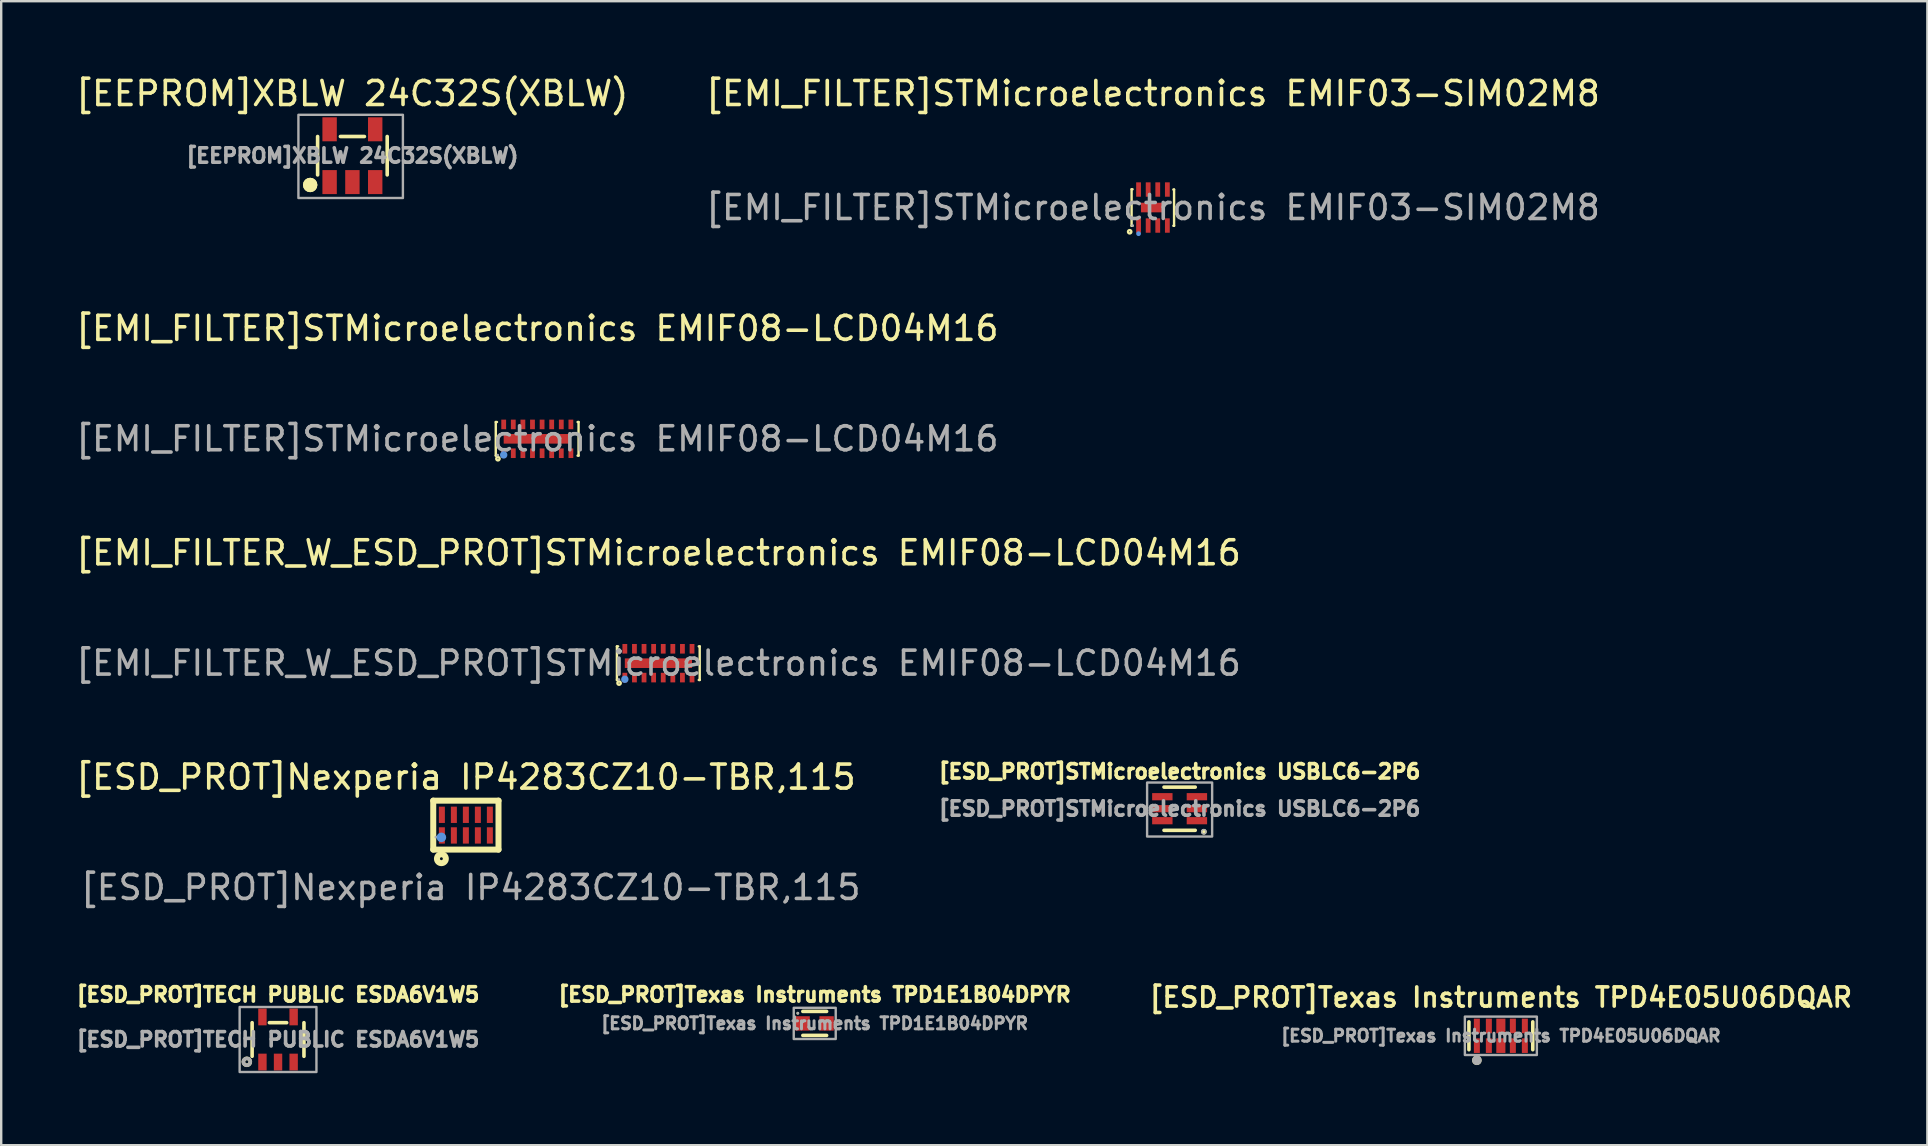
<source format=kicad_pcb>
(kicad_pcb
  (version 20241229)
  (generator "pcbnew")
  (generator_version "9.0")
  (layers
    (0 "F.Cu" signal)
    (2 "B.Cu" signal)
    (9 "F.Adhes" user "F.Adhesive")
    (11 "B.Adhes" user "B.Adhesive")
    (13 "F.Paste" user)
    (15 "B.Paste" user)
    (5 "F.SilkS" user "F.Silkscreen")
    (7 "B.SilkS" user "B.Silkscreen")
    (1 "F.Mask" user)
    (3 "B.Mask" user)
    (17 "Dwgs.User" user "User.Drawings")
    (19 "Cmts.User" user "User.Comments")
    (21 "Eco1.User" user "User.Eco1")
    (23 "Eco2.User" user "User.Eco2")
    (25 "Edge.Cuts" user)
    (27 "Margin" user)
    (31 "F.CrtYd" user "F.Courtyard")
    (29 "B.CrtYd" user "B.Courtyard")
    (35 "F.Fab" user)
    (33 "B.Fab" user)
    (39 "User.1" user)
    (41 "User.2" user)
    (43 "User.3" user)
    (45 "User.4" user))
  (footprint "[EMI_FILTER_W_ESD_PROT]STMicroelectronics EMIF08-LCD04M16"
    (layer "F.Cu")
    (at 24.387 24.585)
    (property "Reference" "[EMI_FILTER_W_ESD_PROT]STMicroelectronics EMIF08-LCD04M16" (at 0 -4.6 0) (layer "F.SilkS") (effects (font (size 1 1) (thickness 0.15))))
    (attr smd)
    (fp_line (start -1.73 -0.7) (end -1.73 0.7) (stroke (width 0.1) (type solid)) (layer "F.SilkS"))
    (fp_line (start -1.73 -0.7) (end -1.68 -0.7) (stroke (width 0.1) (type solid)) (layer "F.SilkS"))
    (fp_line (start -1.73 0.7) (end -1.68 0.7) (stroke (width 0.1) (type solid)) (layer "F.SilkS"))
    (fp_line (start 1.68 -0.7) (end 1.72 -0.7) (stroke (width 0.1) (type solid)) (layer "F.SilkS"))
    (fp_line (start 1.68 0.7) (end 1.72 0.7) (stroke (width 0.1) (type solid)) (layer "F.SilkS"))
    (fp_line (start 1.72 -0.7) (end 1.72 0.7) (stroke (width 0.1) (type solid)) (layer "F.SilkS"))
    (fp_circle (center -1.64 0.83) (end -1.62 0.83) (stroke (width 0.1) (type solid)) (fill no) (layer "F.SilkS"))
    (fp_circle (center -1.4 0.67) (end -1.32 0.67) (stroke (width 0.15) (type solid)) (fill no) (layer "Cmts.User"))
    (fp_circle (center -1.65 0.68) (end -1.62 0.68) (stroke (width 0.06) (type solid)) (fill no) (layer "F.Fab"))
    (fp_text user "${REFERENCE}" (at 0 0 0) (layer "F.Fab") (effects (font (size 1 1) (thickness 0.15))))
    (pad "1" smd rect (at -1.4 0.6) (size 0.2 0.4) (layers "F.Cu" "F.Mask" "F.Paste"))
    (pad "2" smd rect (at -1 0.6) (size 0.2 0.4) (layers "F.Cu" "F.Mask" "F.Paste"))
    (pad "3" smd rect (at -0.6 0.6) (size 0.2 0.4) (layers "F.Cu" "F.Mask" "F.Paste"))
    (pad "4" smd rect (at -0.2 0.6) (size 0.2 0.4) (layers "F.Cu" "F.Mask" "F.Paste"))
    (pad "5" smd rect (at 0.2 0.6) (size 0.2 0.4) (layers "F.Cu" "F.Mask" "F.Paste"))
    (pad "6" smd rect (at 0.6 0.6) (size 0.2 0.4) (layers "F.Cu" "F.Mask" "F.Paste"))
    (pad "7" smd rect (at 1 0.6) (size 0.2 0.4) (layers "F.Cu" "F.Mask" "F.Paste"))
    (pad "8" smd rect (at 1.4 0.6) (size 0.2 0.4) (layers "F.Cu" "F.Mask" "F.Paste"))
    (pad "9" smd rect (at 1.4 -0.6) (size 0.2 0.4) (layers "F.Cu" "F.Mask" "F.Paste"))
    (pad "10" smd rect (at 1 -0.6) (size 0.2 0.4) (layers "F.Cu" "F.Mask" "F.Paste"))
    (pad "11" smd rect (at 0.6 -0.6) (size 0.2 0.4) (layers "F.Cu" "F.Mask" "F.Paste"))
    (pad "12" smd rect (at 0.2 -0.6) (size 0.2 0.4) (layers "F.Cu" "F.Mask" "F.Paste"))
    (pad "13" smd rect (at -0.2 -0.6) (size 0.2 0.4) (layers "F.Cu" "F.Mask" "F.Paste"))
    (pad "14" smd rect (at -0.6 -0.6) (size 0.2 0.4) (layers "F.Cu" "F.Mask" "F.Paste"))
    (pad "15" smd rect (at -1 -0.6) (size 0.2 0.4) (layers "F.Cu" "F.Mask" "F.Paste"))
    (pad "16" smd rect (at -1.4 -0.6) (size 0.2 0.4) (layers "F.Cu" "F.Mask" "F.Paste"))
    (pad "17" smd rect (at 0 0) (size 2.8 0.4) (layers "F.Cu" "F.Mask" "F.Paste")))
  (footprint "[ESD_PROT]STMicroelectronics USBLC6-2P6"
    (layer "F.Cu")
    (at 46.105 30.649)
    (property "Reference" "[ESD_PROT]STMicroelectronics USBLC6-2P6" (at 0 -1.55 0) (layer "F.SilkS") (effects (font (size 0.6 0.6) (thickness 0.15))))
    (attr smd)
    (fp_line (start 0.65 -0.9) (end -0.65 -0.9) (stroke (width 0.15) (type solid)) (layer "F.SilkS"))
    (fp_line (start 0.65 0.9) (end -0.65 0.9) (stroke (width 0.15) (type solid)) (layer "F.SilkS"))
    (fp_circle (center 1.01 0.96) (end 1.1 0.96) (stroke (width 0.06) (type solid)) (fill yes) (layer "F.SilkS"))
    (fp_rect (start -1.355 -1.09) (end 1.355 1.16) (stroke (width 0.1) (type default)) (fill no) (layer "F.Fab"))
    (fp_circle (center 1.01 0.96) (end 1.1 0.96) (stroke (width 0.06) (type solid)) (fill no) (layer "F.Fab"))
    (fp_text user "${REFERENCE}" (at 0 0 0) (layer "F.Fab") (effects (font (size 0.6 0.6) (thickness 0.15))))
    (pad "1" smd rect (at 0.72 0.5 90) (size 0.3 0.85) (layers "F.Cu" "F.Mask" "F.Paste"))
    (pad "2" smd rect (at 0.72 0 90) (size 0.3 0.85) (layers "F.Cu" "F.Mask" "F.Paste"))
    (pad "3" smd rect (at 0.72 -0.5 90) (size 0.3 0.85) (layers "F.Cu" "F.Mask" "F.Paste"))
    (pad "4" smd rect (at -0.72 -0.5 90) (size 0.3 0.85) (layers "F.Cu" "F.Mask" "F.Paste"))
    (pad "5" smd rect (at -0.72 0 90) (size 0.3 0.85) (layers "F.Cu" "F.Mask" "F.Paste"))
    (pad "6" smd rect (at -0.72 0.5 90) (size 0.3 0.85) (layers "F.Cu" "F.Mask" "F.Paste")))
  (footprint "[ESD_PROT]TECH PUBLIC ESDA6V1W5"
    (layer "F.Cu")
    (at 8.536 40.266)
    (property "Reference" "[ESD_PROT]TECH PUBLIC ESDA6V1W5" (at 0 -1.87 0) (layer "F.SilkS") (effects (font (size 0.6 0.6) (thickness 0.15))))
    (attr through_hole)
    (fp_line (start -1.08 0.7) (end -1.08 -0.7) (stroke (width 0.15) (type solid)) (layer "F.SilkS"))
    (fp_line (start -0.36 -0.7) (end 0.36 -0.7) (stroke (width 0.15) (type solid)) (layer "F.SilkS"))
    (fp_line (start 1.08 0.7) (end 1.08 -0.7) (stroke (width 0.15) (type solid)) (layer "F.SilkS"))
    (fp_circle (center -1.3 0.93) (end -1.23 0.93) (stroke (width 0.15) (type solid)) (fill no) (layer "F.SilkS"))
    (fp_rect (start -1.6 -1.355) (end 1.6 1.355) (stroke (width 0.1) (type default)) (fill no) (layer "F.Fab"))
    (fp_circle (center -1.3 0.93) (end -1.23 0.93) (stroke (width 0.15) (type solid)) (fill no) (layer "F.Fab"))
    (fp_text user "${REFERENCE}" (at 0 0 0) (layer "F.Fab") (effects (font (size 0.6 0.6) (thickness 0.15))))
    (pad "1" smd rect (at -0.65 0.94) (size 0.35 0.7) (layers "F.Cu" "F.Mask" "F.Paste"))
    (pad "2" smd rect (at 0 0.94) (size 0.35 0.7) (layers "F.Cu" "F.Mask" "F.Paste"))
    (pad "3" smd rect (at 0.65 0.94) (size 0.35 0.7) (layers "F.Cu" "F.Mask" "F.Paste"))
    (pad "4" smd rect (at 0.65 -0.94) (size 0.35 0.7) (layers "F.Cu" "F.Mask" "F.Paste"))
    (pad "5" smd rect (at -0.65 -0.94) (size 0.35 0.7) (layers "F.Cu" "F.Mask" "F.Paste")))
  (footprint "[ESD_PROT]Nexperia IP4283CZ10-TBR,115"
    (layer "F.Cu")
    (at 16.363 31.333)
    (property "Reference" "[ESD_PROT]Nexperia IP4283CZ10-TBR,115" (at 0 -2 0) (layer "F.SilkS") (effects (font (size 1 1) (thickness 0.15))))
    (attr smd)
    (fp_line (start -1.36 -1.02) (end -1.36 1.02) (stroke (width 0.25) (type solid)) (layer "F.SilkS"))
    (fp_line (start -1.36 -1.02) (end 1.36 -1.02) (stroke (width 0.25) (type solid)) (layer "F.SilkS"))
    (fp_line (start -1.36 1.02) (end 1.36 1.02) (stroke (width 0.25) (type solid)) (layer "F.SilkS"))
    (fp_line (start 1.36 -1.02) (end 1.36 1.02) (stroke (width 0.25) (type solid)) (layer "F.SilkS"))
    (fp_circle (center -1.02 1.4) (end -0.96 1.4) (stroke (width 0.25) (type solid)) (fill no) (layer "F.SilkS"))
    (fp_circle (center -1.02 0.51) (end -0.92 0.51) (stroke (width 0.2) (type solid)) (fill no) (layer "Cmts.User"))
    (fp_circle (center -1.25 0.5) (end -1.22 0.5) (stroke (width 0.06) (type solid)) (fill no) (layer "F.Fab"))
    (fp_text user "${REFERENCE}" (at 0.2 2.6 0) (layer "F.Fab") (effects (font (size 1 1) (thickness 0.15))))
    (pad "1" smd rect (at -1 0.43) (size 0.25 0.68) (layers "F.Cu" "F.Mask" "F.Paste"))
    (pad "2" smd rect (at -0.5 0.43) (size 0.25 0.68) (layers "F.Cu" "F.Mask" "F.Paste"))
    (pad "3" smd rect (at 0 0.43) (size 0.25 0.68) (layers "F.Cu" "F.Mask" "F.Paste"))
    (pad "4" smd rect (at 0.5 0.43) (size 0.25 0.68) (layers "F.Cu" "F.Mask" "F.Paste"))
    (pad "5" smd rect (at 1 0.43) (size 0.25 0.68) (layers "F.Cu" "F.Mask" "F.Paste"))
    (pad "6" smd rect (at 1 -0.43) (size 0.25 0.68) (layers "F.Cu" "F.Mask" "F.Paste"))
    (pad "7" smd rect (at 0.5 -0.43) (size 0.25 0.68) (layers "F.Cu" "F.Mask" "F.Paste"))
    (pad "8" smd rect (at 0 -0.43) (size 0.25 0.68) (layers "F.Cu" "F.Mask" "F.Paste"))
    (pad "9" smd rect (at -0.5 -0.43) (size 0.25 0.68) (layers "F.Cu" "F.Mask" "F.Paste"))
    (pad "10" smd rect (at -1 -0.43) (size 0.25 0.68) (layers "F.Cu" "F.Mask" "F.Paste")))
  (footprint "[EMI_FILTER]STMicroelectronics EMIF03-SIM02M8"
    (layer "F.Cu")
    (at 44.994 5.598)
    (property "Reference" "[EMI_FILTER]STMicroelectronics EMIF03-SIM02M8" (at 0 -4.75 0) (layer "F.SilkS") (effects (font (size 1 1) (thickness 0.15))))
    (attr smd)
    (fp_line (start -0.89 -0.76) (end -0.85 -0.76) (stroke (width 0.1) (type solid)) (layer "F.SilkS"))
    (fp_line (start -0.89 0.76) (end -0.89 -0.76) (stroke (width 0.1) (type solid)) (layer "F.SilkS"))
    (fp_line (start -0.85 0.76) (end -0.89 0.76) (stroke (width 0.1) (type solid)) (layer "F.SilkS"))
    (fp_line (start 0.85 -0.75) (end 0.88 -0.75) (stroke (width 0.1) (type solid)) (layer "F.SilkS"))
    (fp_line (start 0.88 -0.75) (end 0.88 0.76) (stroke (width 0.1) (type solid)) (layer "F.SilkS"))
    (fp_line (start 0.88 0.76) (end 0.85 0.76) (stroke (width 0.1) (type solid)) (layer "F.SilkS"))
    (fp_circle (center -0.97 1.01) (end -0.9 1.01) (stroke (width 0.1) (type solid)) (fill no) (layer "F.SilkS"))
    (fp_circle (center -0.6 1.09) (end -0.55 1.09) (stroke (width 0.1) (type solid)) (fill no) (layer "Cmts.User"))
    (fp_circle (center -0.85 0.75) (end -0.82 0.75) (stroke (width 0.06) (type solid)) (fill no) (layer "F.Fab"))
    (fp_text user "${REFERENCE}" (at 0 0 0) (layer "F.Fab") (effects (font (size 1 1) (thickness 0.15))))
    (pad "1" smd rect (at -0.6 0.75) (size 0.2 0.6) (layers "F.Cu" "F.Mask" "F.Paste"))
    (pad "2" smd rect (at -0.2 0.75) (size 0.2 0.6) (layers "F.Cu" "F.Mask" "F.Paste"))
    (pad "3" smd rect (at 0.2 0.75) (size 0.2 0.6) (layers "F.Cu" "F.Mask" "F.Paste"))
    (pad "4" smd rect (at 0.6 0.75) (size 0.2 0.6) (layers "F.Cu" "F.Mask" "F.Paste"))
    (pad "5" smd rect (at 0.6 -0.75) (size 0.2 0.6) (layers "F.Cu" "F.Mask" "F.Paste"))
    (pad "6" smd rect (at 0.2 -0.75) (size 0.2 0.6) (layers "F.Cu" "F.Mask" "F.Paste"))
    (pad "7" smd rect (at -0.2 -0.75) (size 0.2 0.6) (layers "F.Cu" "F.Mask" "F.Paste"))
    (pad "8" smd rect (at -0.6 -0.75) (size 0.2 0.6) (layers "F.Cu" "F.Mask" "F.Paste"))
    (pad "9" smd rect (at 0 0) (size 1 0.4) (layers "F.Cu" "F.Mask" "F.Paste")))
  (footprint "[EMI_FILTER]STMicroelectronics EMIF08-LCD04M16"
    (layer "F.Cu")
    (at 19.339 15.236)
    (property "Reference" "[EMI_FILTER]STMicroelectronics EMIF08-LCD04M16" (at 0 -4.6 0) (layer "F.SilkS") (effects (font (size 1 1) (thickness 0.15))))
    (attr smd)
    (fp_line (start -1.73 -0.7) (end -1.73 0.7) (stroke (width 0.1) (type solid)) (layer "F.SilkS"))
    (fp_line (start -1.73 -0.7) (end -1.68 -0.7) (stroke (width 0.1) (type solid)) (layer "F.SilkS"))
    (fp_line (start -1.73 0.7) (end -1.68 0.7) (stroke (width 0.1) (type solid)) (layer "F.SilkS"))
    (fp_line (start 1.68 -0.7) (end 1.72 -0.7) (stroke (width 0.1) (type solid)) (layer "F.SilkS"))
    (fp_line (start 1.68 0.7) (end 1.72 0.7) (stroke (width 0.1) (type solid)) (layer "F.SilkS"))
    (fp_line (start 1.72 -0.7) (end 1.72 0.7) (stroke (width 0.1) (type solid)) (layer "F.SilkS"))
    (fp_circle (center -1.64 0.83) (end -1.62 0.83) (stroke (width 0.1) (type solid)) (fill no) (layer "F.SilkS"))
    (fp_circle (center -1.4 0.67) (end -1.32 0.67) (stroke (width 0.15) (type solid)) (fill no) (layer "Cmts.User"))
    (fp_circle (center -1.65 0.68) (end -1.62 0.68) (stroke (width 0.06) (type solid)) (fill no) (layer "F.Fab"))
    (fp_text user "${REFERENCE}" (at 0 0 0) (layer "F.Fab") (effects (font (size 1 1) (thickness 0.15))))
    (pad "1" smd rect (at -1.4 0.6) (size 0.2 0.4) (layers "F.Cu" "F.Mask" "F.Paste"))
    (pad "2" smd rect (at -1 0.6) (size 0.2 0.4) (layers "F.Cu" "F.Mask" "F.Paste"))
    (pad "3" smd rect (at -0.6 0.6) (size 0.2 0.4) (layers "F.Cu" "F.Mask" "F.Paste"))
    (pad "4" smd rect (at -0.2 0.6) (size 0.2 0.4) (layers "F.Cu" "F.Mask" "F.Paste"))
    (pad "5" smd rect (at 0.2 0.6) (size 0.2 0.4) (layers "F.Cu" "F.Mask" "F.Paste"))
    (pad "6" smd rect (at 0.6 0.6) (size 0.2 0.4) (layers "F.Cu" "F.Mask" "F.Paste"))
    (pad "7" smd rect (at 1 0.6) (size 0.2 0.4) (layers "F.Cu" "F.Mask" "F.Paste"))
    (pad "8" smd rect (at 1.4 0.6) (size 0.2 0.4) (layers "F.Cu" "F.Mask" "F.Paste"))
    (pad "9" smd rect (at 1.4 -0.6) (size 0.2 0.4) (layers "F.Cu" "F.Mask" "F.Paste"))
    (pad "10" smd rect (at 1 -0.6) (size 0.2 0.4) (layers "F.Cu" "F.Mask" "F.Paste"))
    (pad "11" smd rect (at 0.6 -0.6) (size 0.2 0.4) (layers "F.Cu" "F.Mask" "F.Paste"))
    (pad "12" smd rect (at 0.2 -0.6) (size 0.2 0.4) (layers "F.Cu" "F.Mask" "F.Paste"))
    (pad "13" smd rect (at -0.2 -0.6) (size 0.2 0.4) (layers "F.Cu" "F.Mask" "F.Paste"))
    (pad "14" smd rect (at -0.6 -0.6) (size 0.2 0.4) (layers "F.Cu" "F.Mask" "F.Paste"))
    (pad "15" smd rect (at -1 -0.6) (size 0.2 0.4) (layers "F.Cu" "F.Mask" "F.Paste"))
    (pad "16" smd rect (at -1.4 -0.6) (size 0.2 0.4) (layers "F.Cu" "F.Mask" "F.Paste"))
    (pad "17" smd rect (at 0 0) (size 2.8 0.4) (layers "F.Cu" "F.Mask" "F.Paste")))
  (footprint "[ESD_PROT]Texas Instruments TPD1E1B04DPYR"
    (layer "F.Cu")
    (at 30.895 39.596)
    (property "Reference" "[ESD_PROT]Texas Instruments TPD1E1B04DPYR" (at 0 -1.2 0) (layer "F.SilkS") (effects (font (size 0.6 0.6) (thickness 0.15))))
    (attr smd)
    (fp_line (start -0.49 -0.5) (end 0.5 -0.5) (stroke (width 0.15) (type solid)) (layer "F.SilkS"))
    (fp_line (start -0.49 0.5) (end 0.5 0.5) (stroke (width 0.15) (type solid)) (layer "F.SilkS"))
    (fp_circle (center -0.7 -0.425) (end -0.67 -0.425) (stroke (width 0.06) (type solid)) (fill no) (layer "F.SilkS"))
    (fp_rect (start -0.87 -0.65) (end 0.88 0.65) (stroke (width 0.1) (type solid)) (fill no) (layer "F.Fab"))
    (fp_circle (center -0.7 -0.425) (end -0.67 -0.425) (stroke (width 0.06) (type solid)) (fill no) (layer "F.Fab"))
    (fp_text user "${REFERENCE}" (at 0 0 0) (layer "F.Fab") (effects (font (size 0.5 0.5) (thickness 0.125))))
    (pad "1" smd rect (at -0.5 0) (size 0.6 0.6) (layers "F.Cu" "F.Mask" "F.Paste"))
    (pad "2" smd rect (at 0.5 0) (size 0.6 0.6) (layers "F.Cu" "F.Mask" "F.Paste")))
  (footprint "[EEPROM]XBLW 24C32S(XBLW)"
    (layer "F.Cu")
    (at 11.635 3.438)
    (property "Reference" "[EEPROM]XBLW 24C32S(XBLW)" (at -0.01 -2.59 0) (layer "F.SilkS") (effects (font (size 1 1) (thickness 0.15))))
    (attr through_hole)
    (fp_line (start -1.45 -0.8) (end -1.45 0.8) (stroke (width 0.15) (type solid)) (layer "F.SilkS"))
    (fp_line (start -0.5 -0.8) (end 0.5 -0.8) (stroke (width 0.15) (type solid)) (layer "F.SilkS"))
    (fp_line (start 1.45 -0.8) (end 1.45 0.8) (stroke (width 0.15) (type solid)) (layer "F.SilkS"))
    (fp_circle (center -1.76 1.22) (end -1.61 1.22) (stroke (width 0.3) (type solid)) (fill no) (layer "F.SilkS"))
    (fp_circle (center -1.76 1.22) (end -1.61 1.22) (stroke (width 0.3) (type solid)) (fill no) (layer "F.SilkS"))
    (fp_rect (start -2.25 -1.704) (end 2.104 1.764) (stroke (width 0.1) (type solid)) (fill no) (layer "F.Fab"))
    (fp_text user "${REFERENCE}" (at 0 0 0) (layer "F.Fab") (effects (font (size 0.6 0.6) (thickness 0.15))))
    (pad "1" smd rect (at -0.95 1.1) (size 0.6 1) (layers "F.Cu" "F.Mask" "F.Paste"))
    (pad "2" smd rect (at 0 1.1) (size 0.6 1) (layers "F.Cu" "F.Mask" "F.Paste"))
    (pad "3" smd rect (at 0.95 1.1) (size 0.6 1) (layers "F.Cu" "F.Mask" "F.Paste"))
    (pad "4" smd rect (at 0.95 -1.1) (size 0.6 1) (layers "F.Cu" "F.Mask" "F.Paste"))
    (pad "5" smd rect (at -0.95 -1.1) (size 0.6 1) (layers "F.Cu" "F.Mask" "F.Paste")))
  (footprint "[ESD_PROT]Texas Instruments TPD4E05U06DQAR"
    (layer "F.Cu")
    (at 59.491 40.112)
    (property "Reference" "[ESD_PROT]Texas Instruments TPD4E05U06DQAR" (at 0 -1.6 0) (layer "F.SilkS") (effects (font (size 0.8 0.8) (thickness 0.15))))
    (attr smd)
    (fp_line (start -1.33 0.58) (end -1.33 -0.58) (stroke (width 0.15) (type solid)) (layer "F.SilkS"))
    (fp_line (start 1.33 -0.58) (end 1.33 0.58) (stroke (width 0.15) (type solid)) (layer "F.SilkS"))
    (fp_circle (center -1 1.02) (end -0.9 1.02) (stroke (width 0.2) (type solid)) (fill no) (layer "F.SilkS"))
    (fp_rect (start -1.5 -0.8) (end 1.5 0.8) (stroke (width 0.1) (type default)) (fill no) (layer "F.Fab"))
    (fp_circle (center -1 1.02) (end -0.9 1.02) (stroke (width 0.2) (type solid)) (fill no) (layer "F.Fab"))
    (fp_text user "${REFERENCE}" (at 0 0 0) (layer "F.Fab") (effects (font (size 0.5 0.5) (thickness 0.125))))
    (pad "1" smd rect (at -1 0.41) (size 0.25 0.61) (layers "F.Cu" "F.Mask" "F.Paste"))
    (pad "2" smd rect (at -0.5 0.41) (size 0.25 0.61) (layers "F.Cu" "F.Mask" "F.Paste"))
    (pad "3" smd rect (at 0 0.41) (size 0.38 0.61) (layers "F.Cu" "F.Mask" "F.Paste"))
    (pad "4" smd rect (at 0.5 0.41) (size 0.25 0.61) (layers "F.Cu" "F.Mask" "F.Paste"))
    (pad "5" smd rect (at 1 0.41) (size 0.25 0.61) (layers "F.Cu" "F.Mask" "F.Paste"))
    (pad "6" smd rect (at 1 -0.41) (size 0.25 0.61) (layers "F.Cu" "F.Mask" "F.Paste"))
    (pad "7" smd rect (at 0.5 -0.41) (size 0.25 0.61) (layers "F.Cu" "F.Mask" "F.Paste"))
    (pad "8" smd rect (at 0 -0.41) (size 0.38 0.61) (layers "F.Cu" "F.Mask" "F.Paste"))
    (pad "9" smd rect (at -0.5 -0.41) (size 0.25 0.61) (layers "F.Cu" "F.Mask" "F.Paste"))
    (pad "10" smd rect (at -1 -0.41) (size 0.25 0.61) (layers "F.Cu" "F.Mask" "F.Paste")))
  (gr_rect
    (start -3 -3)
    (end 77.264 44.67)
    (stroke (width 0.1) (type default))
    (fill no)
    (layer "Edge.Cuts")))
</source>
